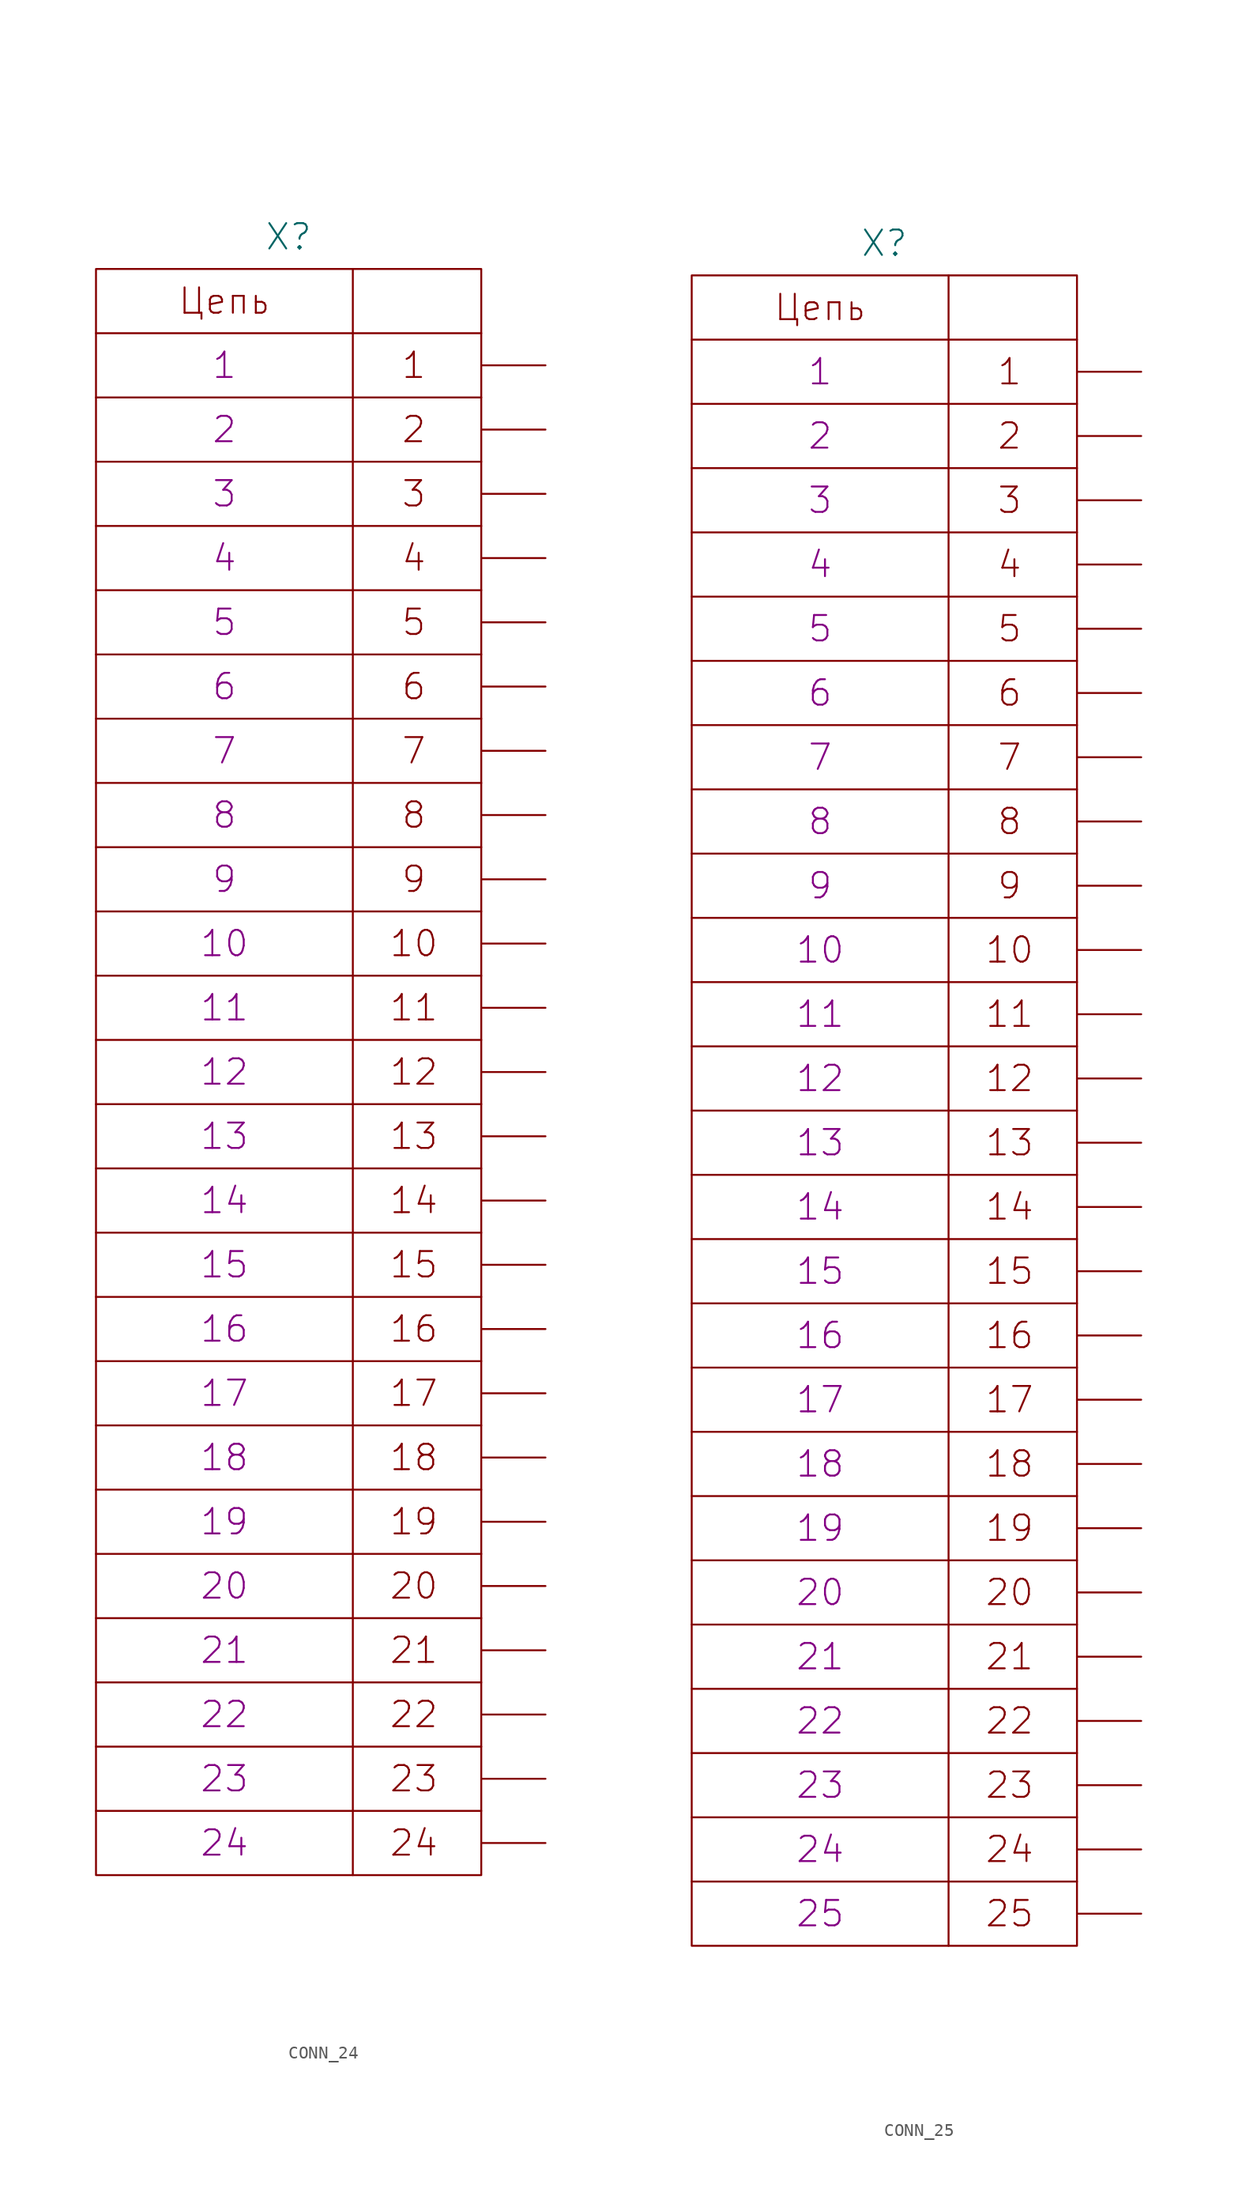
<source format=kicad_sym>
(kicad_symbol_lib
  (version 20231120)
  (generator "kicad_symbol_editor")
  (generator_version "8.0")
  (symbol "CONN_24"
    (pin_numbers hide)
    (pin_names
      (offset 0) hide)
    (property "Reference" "X"
      (at 0 66.04 0)
      (effects (font (size 2.007 2.007))))
    (property "PIN1" "1"
      (at -5.08 55.88 0)
      (effects (font (size 2.007 2.007))))
    (property "PIN2" "2"
      (at -5.08 50.8 0)
      (effects (font (size 2.007 2.007))))
    (property "PIN3" "3"
      (at -5.08 45.72 0)
      (effects (font (size 2.007 2.007))))
    (property "PIN4" "4"
      (at -5.08 40.64 0)
      (effects (font (size 2.007 2.007))))
    (property "PIN5" "5"
      (at -5.08 35.56 0)
      (effects (font (size 2.007 2.007))))
    (property "PIN6" "6"
      (at -5.08 30.48 0)
      (effects (font (size 2.007 2.007))))
    (property "PIN7" "7"
      (at -5.08 25.4 0)
      (effects (font (size 2.007 2.007))))
    (property "PIN8" "8"
      (at -5.08 20.32 0)
      (effects (font (size 2.007 2.007))))
    (property "PIN9" "9"
      (at -5.08 15.24 0)
      (effects (font (size 2.007 2.007))))
    (property "PIN10" "10"
      (at -5.08 10.16 0)
      (effects (font (size 2.007 2.007))))
    (property "PIN11" "11"
      (at -5.08 5.08 0)
      (effects (font (size 2.007 2.007))))
    (property "PIN12" "12"
      (at -5.08 0 0)
      (effects (font (size 2.007 2.007))))
    (property "PIN13" "13"
      (at -5.08 -5.08 0)
      (effects (font (size 2.007 2.007))))
    (property "PIN14" "14"
      (at -5.08 -10.16 0)
      (effects (font (size 2.007 2.007))))
    (property "PIN15" "15"
      (at -5.08 -15.24 0)
      (effects (font (size 2.007 2.007))))
    (property "PIN16" "16"
      (at -5.08 -20.32 0)
      (effects (font (size 2.007 2.007))))
    (property "PIN17" "17"
      (at -5.08 -25.4 0)
      (effects (font (size 2.007 2.007))))
    (property "PIN18" "18"
      (at -5.08 -30.48 0)
      (effects (font (size 2.007 2.007))))
    (property "PIN19" "19"
      (at -5.08 -35.56 0)
      (effects (font (size 2.007 2.007))))
    (property "PIN20" "20"
      (at -5.08 -40.64 0)
      (effects (font (size 2.007 2.007))))
    (property "PIN21" "21"
      (at -5.08 -45.72 0)
      (effects (font (size 2.007 2.007))))
    (property "PIN22" "22"
      (at -5.08 -50.8 0)
      (effects (font (size 2.007 2.007))))
    (property "PIN23" "23"
      (at -5.08 -55.88 0)
      (effects (font (size 2.007 2.007))))
    (property "PIN24" "24"
      (at -5.08 -60.96 0)
      (effects (font (size 2.007 2.007))))
    (symbol "CONN_24_0_0"
      (polyline (pts (xy -15.24 -58.42) (xy 15.24 -58.42)) (stroke (width 0) (type solid)) (fill (type none)))
      (polyline (pts (xy -15.24 -53.34) (xy 15.24 -53.34)) (stroke (width 0) (type solid)) (fill (type none)))
      (polyline (pts (xy -15.24 -48.26) (xy 15.24 -48.26)) (stroke (width 0) (type solid)) (fill (type none)))
      (polyline (pts (xy -15.24 -43.18) (xy 15.24 -43.18)) (stroke (width 0) (type solid)) (fill (type none)))
      (polyline (pts (xy -15.24 -38.1) (xy 15.24 -38.1)) (stroke (width 0) (type solid)) (fill (type none)))
      (polyline (pts (xy -15.24 -33.02) (xy 15.24 -33.02)) (stroke (width 0) (type solid)) (fill (type none)))
      (polyline (pts (xy -15.24 -27.94) (xy 15.24 -27.94)) (stroke (width 0) (type solid)) (fill (type none)))
      (polyline (pts (xy -15.24 -22.86) (xy 15.24 -22.86)) (stroke (width 0) (type solid)) (fill (type none)))
      (polyline (pts (xy -15.24 -17.78) (xy 15.24 -17.78)) (stroke (width 0) (type solid)) (fill (type none)))
      (polyline (pts (xy -15.24 -12.7) (xy 15.24 -12.7)) (stroke (width 0) (type solid)) (fill (type none)))
      (polyline (pts (xy -15.24 -7.62) (xy 15.24 -7.62)) (stroke (width 0) (type solid)) (fill (type none)))
      (polyline (pts (xy -15.24 -2.54) (xy 15.24 -2.54)) (stroke (width 0) (type solid)) (fill (type none)))
      (polyline (pts (xy -15.24 2.54) (xy 15.24 2.54)) (stroke (width 0) (type solid)) (fill (type none)))
      (polyline (pts (xy -15.24 7.62) (xy 15.24 7.62)) (stroke (width 0) (type solid)) (fill (type none)))
      (polyline (pts (xy -15.24 12.7) (xy 15.24 12.7)) (stroke (width 0) (type solid)) (fill (type none)))
      (polyline (pts (xy -15.24 17.78) (xy 15.24 17.78)) (stroke (width 0) (type solid)) (fill (type none)))
      (polyline (pts (xy -15.24 22.86) (xy 15.24 22.86)) (stroke (width 0) (type solid)) (fill (type none)))
      (polyline (pts (xy -15.24 27.94) (xy 15.24 27.94)) (stroke (width 0) (type solid)) (fill (type none)))
      (polyline (pts (xy -15.24 33.02) (xy 15.24 33.02)) (stroke (width 0) (type solid)) (fill (type none)))
      (polyline (pts (xy -15.24 38.1) (xy 15.24 38.1)) (stroke (width 0) (type solid)) (fill (type none)))
      (polyline (pts (xy -15.24 43.18) (xy 15.24 43.18)) (stroke (width 0) (type solid)) (fill (type none)))
      (polyline (pts (xy -15.24 48.26) (xy 15.24 48.26)) (stroke (width 0) (type solid)) (fill (type none)))
      (polyline (pts (xy -15.24 53.34) (xy 15.24 53.34)) (stroke (width 0) (type solid)) (fill (type none)))
      (polyline (pts (xy -15.24 58.42) (xy 15.24 58.42)) (stroke (width 0) (type solid)) (fill (type none)))
      (polyline (pts (xy 5.08 63.5) (xy 5.08 -63.5)) (stroke (width 0) (type solid)) (fill (type none)))
      (rectangle (start 15.24 63.5) (end -15.24 -63.5) (stroke (width 0) (type solid)) (fill (type none))))
    (symbol "CONN_24_1_1"
      (text "1" (at 9.906 55.88 0) (effects (font (size 2.007 2.007))))
      (text "10" (at 9.906 10.16 0) (effects (font (size 2.007 2.007))))
      (text "11" (at 9.906 5.08 0) (effects (font (size 2.007 2.007))))
      (text "12" (at 9.906 0 0) (effects (font (size 2.007 2.007))))
      (text "13" (at 9.906 -5.08 0) (effects (font (size 2.007 2.007))))
      (text "14" (at 9.906 -10.16 0) (effects (font (size 2.007 2.007))))
      (text "15" (at 9.906 -15.24 0) (effects (font (size 2.007 2.007))))
      (text "16" (at 9.906 -20.32 0) (effects (font (size 2.007 2.007))))
      (text "17" (at 9.906 -25.4 0) (effects (font (size 2.007 2.007))))
      (text "18" (at 9.906 -30.48 0) (effects (font (size 2.007 2.007))))
      (text "19" (at 9.906 -35.56 0) (effects (font (size 2.007 2.007))))
      (text "2" (at 9.906 50.8 0) (effects (font (size 2.007 2.007))))
      (text "20" (at 9.906 -40.64 0) (effects (font (size 2.007 2.007))))
      (text "21" (at 9.906 -45.72 0) (effects (font (size 2.007 2.007))))
      (text "22" (at 9.906 -50.8 0) (effects (font (size 2.007 2.007))))
      (text "23" (at 9.906 -55.88 0) (effects (font (size 2.007 2.007))))
      (text "24" (at 9.906 -60.96 0) (effects (font (size 2.007 2.007))))
      (text "3" (at 9.906 45.72 0) (effects (font (size 2.007 2.007))))
      (text "4" (at 9.906 40.64 0) (effects (font (size 2.007 2.007))))
      (text "5" (at 9.906 35.56 0) (effects (font (size 2.007 2.007))))
      (text "6" (at 9.906 30.48 0) (effects (font (size 2.007 2.007))))
      (text "7" (at 9.906 25.4 0) (effects (font (size 2.007 2.007))))
      (text "8" (at 9.906 20.32 0) (effects (font (size 2.007 2.007))))
      (text "9" (at 9.906 15.24 0) (effects (font (size 2.007 2.007))))
      (text "Цепь" (at -5.08 60.96 0) (effects (font (size 2.007 2.007))))
      (pin passive line (at 20.32 55.88 180) (length 5.08) (name "1" (effects (font (size 2.007 2.007)))) (number "1" (effects (font (size 2.007 2.007)))))
      (pin passive line (at 20.32 10.16 180) (length 5.08) (name "10" (effects (font (size 2.007 2.007)))) (number "10" (effects (font (size 2.007 2.007)))))
      (pin passive line (at 20.32 5.08 180) (length 5.08) (name "11" (effects (font (size 2.007 2.007)))) (number "11" (effects (font (size 2.007 2.007)))))
      (pin passive line (at 20.32 0 180) (length 5.08) (name "12" (effects (font (size 2.007 2.007)))) (number "12" (effects (font (size 2.007 2.007)))))
      (pin passive line (at 20.32 -5.08 180) (length 5.08) (name "13" (effects (font (size 2.007 2.007)))) (number "13" (effects (font (size 2.007 2.007)))))
      (pin passive line (at 20.32 -10.16 180) (length 5.08) (name "14" (effects (font (size 2.007 2.007)))) (number "14" (effects (font (size 2.007 2.007)))))
      (pin passive line (at 20.32 -15.24 180) (length 5.08) (name "15" (effects (font (size 2.007 2.007)))) (number "15" (effects (font (size 2.007 2.007)))))
      (pin passive line (at 20.32 -20.32 180) (length 5.08) (name "16" (effects (font (size 2.007 2.007)))) (number "16" (effects (font (size 2.007 2.007)))))
      (pin passive line (at 20.32 -25.4 180) (length 5.08) (name "17" (effects (font (size 2.007 2.007)))) (number "17" (effects (font (size 2.007 2.007)))))
      (pin passive line (at 20.32 -30.48 180) (length 5.08) (name "18" (effects (font (size 2.007 2.007)))) (number "18" (effects (font (size 2.007 2.007)))))
      (pin passive line (at 20.32 -35.56 180) (length 5.08) (name "19" (effects (font (size 2.007 2.007)))) (number "19" (effects (font (size 2.007 2.007)))))
      (pin passive line (at 20.32 50.8 180) (length 5.08) (name "2" (effects (font (size 2.007 2.007)))) (number "2" (effects (font (size 2.007 2.007)))))
      (pin passive line (at 20.32 -40.64 180) (length 5.08) (name "20" (effects (font (size 2.007 2.007)))) (number "20" (effects (font (size 2.007 2.007)))))
      (pin passive line (at 20.32 -45.72 180) (length 5.08) (name "21" (effects (font (size 2.007 2.007)))) (number "21" (effects (font (size 2.007 2.007)))))
      (pin passive line (at 20.32 -50.8 180) (length 5.08) (name "22" (effects (font (size 2.007 2.007)))) (number "22" (effects (font (size 2.007 2.007)))))
      (pin passive line (at 20.32 -55.88 180) (length 5.08) (name "23" (effects (font (size 2.007 2.007)))) (number "23" (effects (font (size 2.007 2.007)))))
      (pin passive line (at 20.32 -60.96 180) (length 5.08) (name "24" (effects (font (size 2.007 2.007)))) (number "24" (effects (font (size 2.007 2.007)))))
      (pin passive line (at 20.32 45.72 180) (length 5.08) (name "3" (effects (font (size 2.007 2.007)))) (number "3" (effects (font (size 2.007 2.007)))))
      (pin passive line (at 20.32 40.64 180) (length 5.08) (name "4" (effects (font (size 2.007 2.007)))) (number "4" (effects (font (size 2.007 2.007)))))
      (pin passive line (at 20.32 35.56 180) (length 5.08) (name "5" (effects (font (size 2.007 2.007)))) (number "5" (effects (font (size 2.007 2.007)))))
      (pin passive line (at 20.32 30.48 180) (length 5.08) (name "6" (effects (font (size 2.007 2.007)))) (number "6" (effects (font (size 2.007 2.007)))))
      (pin passive line (at 20.32 25.4 180) (length 5.08) (name "7" (effects (font (size 2.007 2.007)))) (number "7" (effects (font (size 2.007 2.007)))))
      (pin passive line (at 20.32 20.32 180) (length 5.08) (name "8" (effects (font (size 2.007 2.007)))) (number "8" (effects (font (size 2.007 2.007)))))
      (pin passive line (at 20.32 15.24 180) (length 5.08) (name "9" (effects (font (size 2.007 2.007)))) (number "9" (effects (font (size 2.007 2.007)))))))
  (symbol "CONN_25"
    (pin_numbers hide)
    (pin_names
      (offset 0) hide)
    (property "Reference" "X"
      (at 0 68.58 0)
      (effects (font (size 2.007 2.007))))
    (property "PIN1" "1"
      (at -5.08 58.42 0)
      (effects (font (size 2.007 2.007))))
    (property "PIN2" "2"
      (at -5.08 53.34 0)
      (effects (font (size 2.007 2.007))))
    (property "PIN3" "3"
      (at -5.08 48.26 0)
      (effects (font (size 2.007 2.007))))
    (property "PIN4" "4"
      (at -5.08 43.18 0)
      (effects (font (size 2.007 2.007))))
    (property "PIN5" "5"
      (at -5.08 38.1 0)
      (effects (font (size 2.007 2.007))))
    (property "PIN6" "6"
      (at -5.08 33.02 0)
      (effects (font (size 2.007 2.007))))
    (property "PIN7" "7"
      (at -5.08 27.94 0)
      (effects (font (size 2.007 2.007))))
    (property "PIN8" "8"
      (at -5.08 22.86 0)
      (effects (font (size 2.007 2.007))))
    (property "PIN9" "9"
      (at -5.08 17.78 0)
      (effects (font (size 2.007 2.007))))
    (property "PIN10" "10"
      (at -5.08 12.7 0)
      (effects (font (size 2.007 2.007))))
    (property "PIN11" "11"
      (at -5.08 7.62 0)
      (effects (font (size 2.007 2.007))))
    (property "PIN12" "12"
      (at -5.08 2.54 0)
      (effects (font (size 2.007 2.007))))
    (property "PIN13" "13"
      (at -5.08 -2.54 0)
      (effects (font (size 2.007 2.007))))
    (property "PIN14" "14"
      (at -5.08 -7.62 0)
      (effects (font (size 2.007 2.007))))
    (property "PIN15" "15"
      (at -5.08 -12.7 0)
      (effects (font (size 2.007 2.007))))
    (property "PIN16" "16"
      (at -5.08 -17.78 0)
      (effects (font (size 2.007 2.007))))
    (property "PIN17" "17"
      (at -5.08 -22.86 0)
      (effects (font (size 2.007 2.007))))
    (property "PIN18" "18"
      (at -5.08 -27.94 0)
      (effects (font (size 2.007 2.007))))
    (property "PIN19" "19"
      (at -5.08 -33.02 0)
      (effects (font (size 2.007 2.007))))
    (property "PIN20" "20"
      (at -5.08 -38.1 0)
      (effects (font (size 2.007 2.007))))
    (property "PIN21" "21"
      (at -5.08 -43.18 0)
      (effects (font (size 2.007 2.007))))
    (property "PIN22" "22"
      (at -5.08 -48.26 0)
      (effects (font (size 2.007 2.007))))
    (property "PIN23" "23"
      (at -5.08 -53.34 0)
      (effects (font (size 2.007 2.007))))
    (property "PIN24" "24"
      (at -5.08 -58.42 0)
      (effects (font (size 2.007 2.007))))
    (property "PIN25" "25"
      (at -5.08 -63.5 0)
      (effects (font (size 2.007 2.007))))
    (symbol "CONN_25_0_0"
      (polyline (pts (xy -15.24 -60.96) (xy 15.24 -60.96)) (stroke (width 0) (type solid)) (fill (type none)))
      (polyline (pts (xy -15.24 -55.88) (xy 15.24 -55.88)) (stroke (width 0) (type solid)) (fill (type none)))
      (polyline (pts (xy -15.24 -50.8) (xy 15.24 -50.8)) (stroke (width 0) (type solid)) (fill (type none)))
      (polyline (pts (xy -15.24 -45.72) (xy 15.24 -45.72)) (stroke (width 0) (type solid)) (fill (type none)))
      (polyline (pts (xy -15.24 -40.64) (xy 15.24 -40.64)) (stroke (width 0) (type solid)) (fill (type none)))
      (polyline (pts (xy -15.24 -35.56) (xy 15.24 -35.56)) (stroke (width 0) (type solid)) (fill (type none)))
      (polyline (pts (xy -15.24 -30.48) (xy 15.24 -30.48)) (stroke (width 0) (type solid)) (fill (type none)))
      (polyline (pts (xy -15.24 -25.4) (xy 15.24 -25.4)) (stroke (width 0) (type solid)) (fill (type none)))
      (polyline (pts (xy -15.24 -20.32) (xy 15.24 -20.32)) (stroke (width 0) (type solid)) (fill (type none)))
      (polyline (pts (xy -15.24 -15.24) (xy 15.24 -15.24)) (stroke (width 0) (type solid)) (fill (type none)))
      (polyline (pts (xy -15.24 -10.16) (xy 15.24 -10.16)) (stroke (width 0) (type solid)) (fill (type none)))
      (polyline (pts (xy -15.24 -5.08) (xy 15.24 -5.08)) (stroke (width 0) (type solid)) (fill (type none)))
      (polyline (pts (xy -15.24 0) (xy 15.24 0)) (stroke (width 0) (type solid)) (fill (type none)))
      (polyline (pts (xy -15.24 5.08) (xy 15.24 5.08)) (stroke (width 0) (type solid)) (fill (type none)))
      (polyline (pts (xy -15.24 10.16) (xy 15.24 10.16)) (stroke (width 0) (type solid)) (fill (type none)))
      (polyline (pts (xy -15.24 15.24) (xy 15.24 15.24)) (stroke (width 0) (type solid)) (fill (type none)))
      (polyline (pts (xy -15.24 20.32) (xy 15.24 20.32)) (stroke (width 0) (type solid)) (fill (type none)))
      (polyline (pts (xy -15.24 25.4) (xy 15.24 25.4)) (stroke (width 0) (type solid)) (fill (type none)))
      (polyline (pts (xy -15.24 30.48) (xy 15.24 30.48)) (stroke (width 0) (type solid)) (fill (type none)))
      (polyline (pts (xy -15.24 35.56) (xy 15.24 35.56)) (stroke (width 0) (type solid)) (fill (type none)))
      (polyline (pts (xy -15.24 40.64) (xy 15.24 40.64)) (stroke (width 0) (type solid)) (fill (type none)))
      (polyline (pts (xy -15.24 45.72) (xy 15.24 45.72)) (stroke (width 0) (type solid)) (fill (type none)))
      (polyline (pts (xy -15.24 50.8) (xy 15.24 50.8)) (stroke (width 0) (type solid)) (fill (type none)))
      (polyline (pts (xy -15.24 55.88) (xy 15.24 55.88)) (stroke (width 0) (type solid)) (fill (type none)))
      (polyline (pts (xy -15.24 60.96) (xy 15.24 60.96)) (stroke (width 0) (type solid)) (fill (type none)))
      (polyline (pts (xy 5.08 66.04) (xy 5.08 -66.04)) (stroke (width 0) (type solid)) (fill (type none)))
      (rectangle (start 15.24 66.04) (end -15.24 -66.04) (stroke (width 0) (type solid)) (fill (type none))))
    (symbol "CONN_25_1_1"
      (text "1" (at 9.906 58.42 0) (effects (font (size 2.007 2.007))))
      (text "10" (at 9.906 12.7 0) (effects (font (size 2.007 2.007))))
      (text "11" (at 9.906 7.62 0) (effects (font (size 2.007 2.007))))
      (text "12" (at 9.906 2.54 0) (effects (font (size 2.007 2.007))))
      (text "13" (at 9.906 -2.54 0) (effects (font (size 2.007 2.007))))
      (text "14" (at 9.906 -7.62 0) (effects (font (size 2.007 2.007))))
      (text "15" (at 9.906 -12.7 0) (effects (font (size 2.007 2.007))))
      (text "16" (at 9.906 -17.78 0) (effects (font (size 2.007 2.007))))
      (text "17" (at 9.906 -22.86 0) (effects (font (size 2.007 2.007))))
      (text "18" (at 9.906 -27.94 0) (effects (font (size 2.007 2.007))))
      (text "19" (at 9.906 -33.02 0) (effects (font (size 2.007 2.007))))
      (text "2" (at 9.906 53.34 0) (effects (font (size 2.007 2.007))))
      (text "20" (at 9.906 -38.1 0) (effects (font (size 2.007 2.007))))
      (text "21" (at 9.906 -43.18 0) (effects (font (size 2.007 2.007))))
      (text "22" (at 9.906 -48.26 0) (effects (font (size 2.007 2.007))))
      (text "23" (at 9.906 -53.34 0) (effects (font (size 2.007 2.007))))
      (text "24" (at 9.906 -58.42 0) (effects (font (size 2.007 2.007))))
      (text "25" (at 9.906 -63.5 0) (effects (font (size 2.007 2.007))))
      (text "3" (at 9.906 48.26 0) (effects (font (size 2.007 2.007))))
      (text "4" (at 9.906 43.18 0) (effects (font (size 2.007 2.007))))
      (text "5" (at 9.906 38.1 0) (effects (font (size 2.007 2.007))))
      (text "6" (at 9.906 33.02 0) (effects (font (size 2.007 2.007))))
      (text "7" (at 9.906 27.94 0) (effects (font (size 2.007 2.007))))
      (text "8" (at 9.906 22.86 0) (effects (font (size 2.007 2.007))))
      (text "9" (at 9.906 17.78 0) (effects (font (size 2.007 2.007))))
      (text "Цепь" (at -5.08 63.5 0) (effects (font (size 2.007 2.007))))
      (pin passive line (at 20.32 58.42 180) (length 5.08) (name "1" (effects (font (size 2.007 2.007)))) (number "1" (effects (font (size 2.007 2.007)))))
      (pin passive line (at 20.32 12.7 180) (length 5.08) (name "10" (effects (font (size 2.007 2.007)))) (number "10" (effects (font (size 2.007 2.007)))))
      (pin passive line (at 20.32 7.62 180) (length 5.08) (name "11" (effects (font (size 2.007 2.007)))) (number "11" (effects (font (size 2.007 2.007)))))
      (pin passive line (at 20.32 2.54 180) (length 5.08) (name "12" (effects (font (size 2.007 2.007)))) (number "12" (effects (font (size 2.007 2.007)))))
      (pin passive line (at 20.32 -2.54 180) (length 5.08) (name "13" (effects (font (size 2.007 2.007)))) (number "13" (effects (font (size 2.007 2.007)))))
      (pin passive line (at 20.32 -7.62 180) (length 5.08) (name "14" (effects (font (size 2.007 2.007)))) (number "14" (effects (font (size 2.007 2.007)))))
      (pin passive line (at 20.32 -12.7 180) (length 5.08) (name "15" (effects (font (size 2.007 2.007)))) (number "15" (effects (font (size 2.007 2.007)))))
      (pin passive line (at 20.32 -17.78 180) (length 5.08) (name "16" (effects (font (size 2.007 2.007)))) (number "16" (effects (font (size 2.007 2.007)))))
      (pin passive line (at 20.32 -22.86 180) (length 5.08) (name "17" (effects (font (size 2.007 2.007)))) (number "17" (effects (font (size 2.007 2.007)))))
      (pin passive line (at 20.32 -27.94 180) (length 5.08) (name "18" (effects (font (size 2.007 2.007)))) (number "18" (effects (font (size 2.007 2.007)))))
      (pin passive line (at 20.32 -33.02 180) (length 5.08) (name "19" (effects (font (size 2.007 2.007)))) (number "19" (effects (font (size 2.007 2.007)))))
      (pin passive line (at 20.32 53.34 180) (length 5.08) (name "2" (effects (font (size 2.007 2.007)))) (number "2" (effects (font (size 2.007 2.007)))))
      (pin passive line (at 20.32 -38.1 180) (length 5.08) (name "20" (effects (font (size 2.007 2.007)))) (number "20" (effects (font (size 2.007 2.007)))))
      (pin passive line (at 20.32 -43.18 180) (length 5.08) (name "21" (effects (font (size 2.007 2.007)))) (number "21" (effects (font (size 2.007 2.007)))))
      (pin passive line (at 20.32 -48.26 180) (length 5.08) (name "22" (effects (font (size 2.007 2.007)))) (number "22" (effects (font (size 2.007 2.007)))))
      (pin passive line (at 20.32 -53.34 180) (length 5.08) (name "23" (effects (font (size 2.007 2.007)))) (number "23" (effects (font (size 2.007 2.007)))))
      (pin passive line (at 20.32 -58.42 180) (length 5.08) (name "24" (effects (font (size 2.007 2.007)))) (number "24" (effects (font (size 2.007 2.007)))))
      (pin passive line (at 20.32 -63.5 180) (length 5.08) (name "25" (effects (font (size 2.007 2.007)))) (number "25" (effects (font (size 2.007 2.007)))))
      (pin passive line (at 20.32 48.26 180) (length 5.08) (name "3" (effects (font (size 2.007 2.007)))) (number "3" (effects (font (size 2.007 2.007)))))
      (pin passive line (at 20.32 43.18 180) (length 5.08) (name "4" (effects (font (size 2.007 2.007)))) (number "4" (effects (font (size 2.007 2.007)))))
      (pin passive line (at 20.32 38.1 180) (length 5.08) (name "5" (effects (font (size 2.007 2.007)))) (number "5" (effects (font (size 2.007 2.007)))))
      (pin passive line (at 20.32 33.02 180) (length 5.08) (name "6" (effects (font (size 2.007 2.007)))) (number "6" (effects (font (size 2.007 2.007)))))
      (pin passive line (at 20.32 27.94 180) (length 5.08) (name "7" (effects (font (size 2.007 2.007)))) (number "7" (effects (font (size 2.007 2.007)))))
      (pin passive line (at 20.32 22.86 180) (length 5.08) (name "8" (effects (font (size 2.007 2.007)))) (number "8" (effects (font (size 2.007 2.007)))))
      (pin passive line (at 20.32 17.78 180) (length 5.08) (name "9" (effects (font (size 2.007 2.007)))) (number "9" (effects (font (size 2.007 2.007))))))))
</source>
